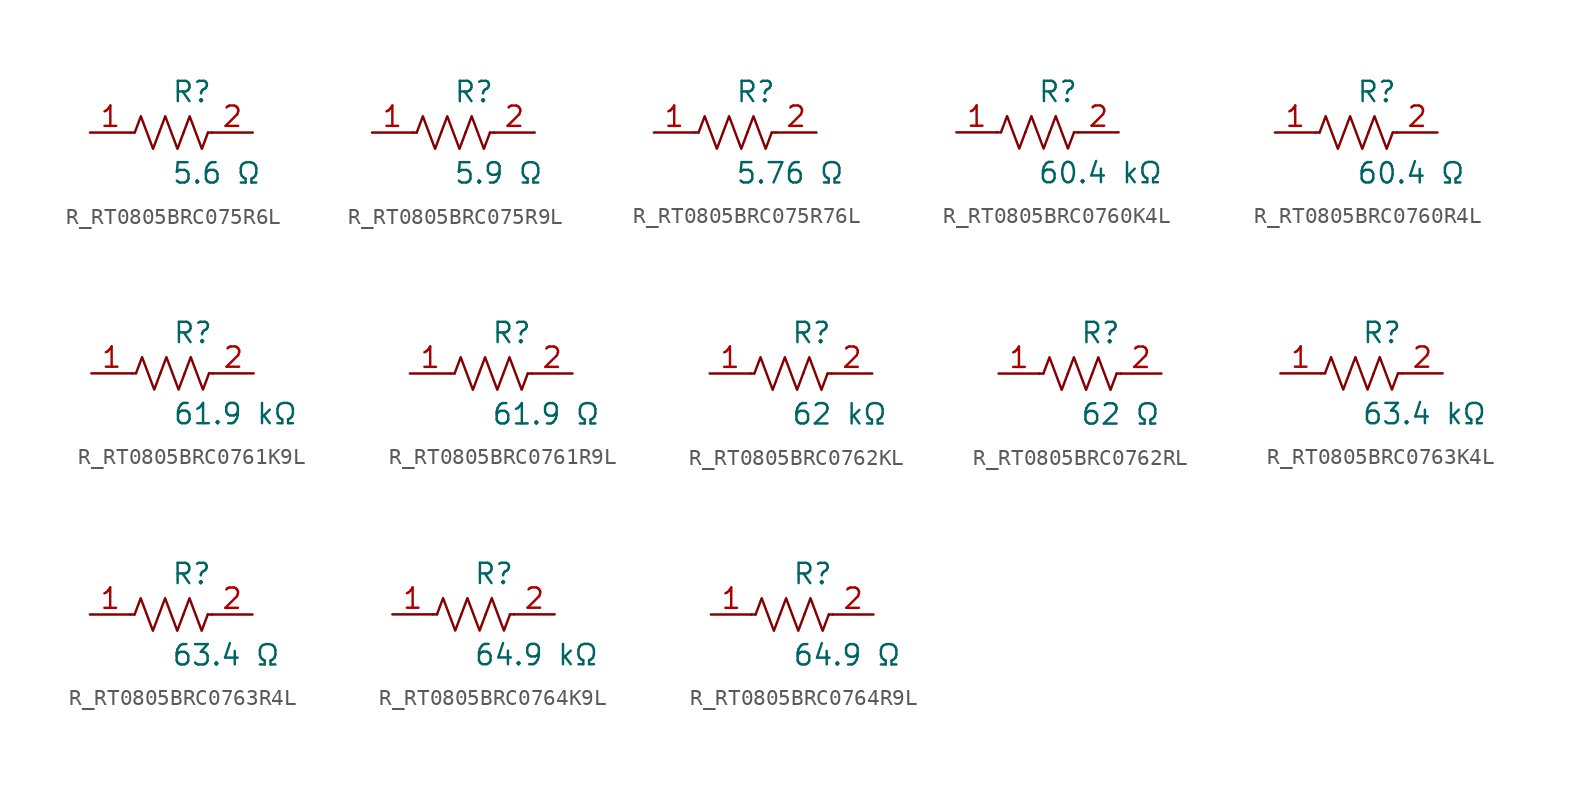
<source format=kicad_sym>
(kicad_symbol_lib
  (version 20231120)
  (generator kicad_symbol_editor)
  (generator_version 8.0)
  (symbol "R_RT0805BRC075R6L"
    (pin_names
      (offset 0.254))
    (property "Reference" "R"
      (at 0 2.54 0)
      (effects (font (size 1.27 1.27)) (justify left)))
    (property "Value" "5.6 Ω"
      (at 0 -2.54 0)
      (effects (font (size 1.27 1.27)) (justify left)))
    (symbol "R_RT0805BRC075R6L_0_1"
      (polyline (pts (xy 2.286 0) (xy 2.54 0)) (stroke (width 0) (type default)) (fill (type none)))
      (polyline (pts (xy -2.286 0) (xy -2.54 0)) (stroke (width 0) (type default)) (fill (type none)))
      (polyline (pts (xy 0.762 0) (xy 1.143 1.016) (xy 1.524 0) (xy 1.905 -1.016) (xy 2.286 0)) (stroke (width 0) (type default)) (fill (type none)))
      (polyline (pts (xy -0.762 0) (xy -0.381 1.016) (xy 0 0) (xy 0.381 -1.016) (xy 0.762 0)) (stroke (width 0) (type default)) (fill (type none)))
      (polyline (pts (xy -2.286 0) (xy -1.905 1.016) (xy -1.524 0) (xy -1.143 -1.016) (xy -0.762 0)) (stroke (width 0) (type default)) (fill (type none))))
    (pin unspecified line
      (at -5.08 0 0)
      (length 2.54)
      (name "" (effects (font (size 1.27 1.27))))
      (number "1" (effects (font (size 1.27 1.27)))))
    (pin unspecified line
      (at 5.08 0 180)
      (length 2.54)
      (name "" (effects (font (size 1.27 1.27))))
      (number "2" (effects (font (size 1.27 1.27))))))
  (symbol "R_RT0805BRC075R9L"
    (pin_names
      (offset 0.254))
    (property "Reference" "R"
      (at 0 2.54 0)
      (effects (font (size 1.27 1.27)) (justify left)))
    (property "Value" "5.9 Ω"
      (at 0 -2.54 0)
      (effects (font (size 1.27 1.27)) (justify left)))
    (symbol "R_RT0805BRC075R9L_0_1"
      (polyline (pts (xy 2.286 0) (xy 2.54 0)) (stroke (width 0) (type default)) (fill (type none)))
      (polyline (pts (xy -2.286 0) (xy -2.54 0)) (stroke (width 0) (type default)) (fill (type none)))
      (polyline (pts (xy 0.762 0) (xy 1.143 1.016) (xy 1.524 0) (xy 1.905 -1.016) (xy 2.286 0)) (stroke (width 0) (type default)) (fill (type none)))
      (polyline (pts (xy -0.762 0) (xy -0.381 1.016) (xy 0 0) (xy 0.381 -1.016) (xy 0.762 0)) (stroke (width 0) (type default)) (fill (type none)))
      (polyline (pts (xy -2.286 0) (xy -1.905 1.016) (xy -1.524 0) (xy -1.143 -1.016) (xy -0.762 0)) (stroke (width 0) (type default)) (fill (type none))))
    (pin unspecified line
      (at -5.08 0 0)
      (length 2.54)
      (name "" (effects (font (size 1.27 1.27))))
      (number "1" (effects (font (size 1.27 1.27)))))
    (pin unspecified line
      (at 5.08 0 180)
      (length 2.54)
      (name "" (effects (font (size 1.27 1.27))))
      (number "2" (effects (font (size 1.27 1.27))))))
  (symbol "R_RT0805BRC075R76L"
    (pin_names
      (offset 0.254))
    (property "Reference" "R"
      (at 0 2.54 0)
      (effects (font (size 1.27 1.27)) (justify left)))
    (property "Value" "5.76 Ω"
      (at 0 -2.54 0)
      (effects (font (size 1.27 1.27)) (justify left)))
    (symbol "R_RT0805BRC075R76L_0_1"
      (polyline (pts (xy 2.286 0) (xy 2.54 0)) (stroke (width 0) (type default)) (fill (type none)))
      (polyline (pts (xy -2.286 0) (xy -2.54 0)) (stroke (width 0) (type default)) (fill (type none)))
      (polyline (pts (xy 0.762 0) (xy 1.143 1.016) (xy 1.524 0) (xy 1.905 -1.016) (xy 2.286 0)) (stroke (width 0) (type default)) (fill (type none)))
      (polyline (pts (xy -0.762 0) (xy -0.381 1.016) (xy 0 0) (xy 0.381 -1.016) (xy 0.762 0)) (stroke (width 0) (type default)) (fill (type none)))
      (polyline (pts (xy -2.286 0) (xy -1.905 1.016) (xy -1.524 0) (xy -1.143 -1.016) (xy -0.762 0)) (stroke (width 0) (type default)) (fill (type none))))
    (pin unspecified line
      (at -5.08 0 0)
      (length 2.54)
      (name "" (effects (font (size 1.27 1.27))))
      (number "1" (effects (font (size 1.27 1.27)))))
    (pin unspecified line
      (at 5.08 0 180)
      (length 2.54)
      (name "" (effects (font (size 1.27 1.27))))
      (number "2" (effects (font (size 1.27 1.27))))))
  (symbol "R_RT0805BRC0760K4L"
    (pin_names
      (offset 0.254))
    (property "Reference" "R"
      (at 0 2.54 0)
      (effects (font (size 1.27 1.27)) (justify left)))
    (property "Value" "60.4 kΩ"
      (at 0 -2.54 0)
      (effects (font (size 1.27 1.27)) (justify left)))
    (symbol "R_RT0805BRC0760K4L_0_1"
      (polyline (pts (xy 2.286 0) (xy 2.54 0)) (stroke (width 0) (type default)) (fill (type none)))
      (polyline (pts (xy -2.286 0) (xy -2.54 0)) (stroke (width 0) (type default)) (fill (type none)))
      (polyline (pts (xy 0.762 0) (xy 1.143 1.016) (xy 1.524 0) (xy 1.905 -1.016) (xy 2.286 0)) (stroke (width 0) (type default)) (fill (type none)))
      (polyline (pts (xy -0.762 0) (xy -0.381 1.016) (xy 0 0) (xy 0.381 -1.016) (xy 0.762 0)) (stroke (width 0) (type default)) (fill (type none)))
      (polyline (pts (xy -2.286 0) (xy -1.905 1.016) (xy -1.524 0) (xy -1.143 -1.016) (xy -0.762 0)) (stroke (width 0) (type default)) (fill (type none))))
    (pin unspecified line
      (at -5.08 0 0)
      (length 2.54)
      (name "" (effects (font (size 1.27 1.27))))
      (number "1" (effects (font (size 1.27 1.27)))))
    (pin unspecified line
      (at 5.08 0 180)
      (length 2.54)
      (name "" (effects (font (size 1.27 1.27))))
      (number "2" (effects (font (size 1.27 1.27))))))
  (symbol "R_RT0805BRC0760R4L"
    (pin_names
      (offset 0.254))
    (property "Reference" "R"
      (at 0 2.54 0)
      (effects (font (size 1.27 1.27)) (justify left)))
    (property "Value" "60.4 Ω"
      (at 0 -2.54 0)
      (effects (font (size 1.27 1.27)) (justify left)))
    (symbol "R_RT0805BRC0760R4L_0_1"
      (polyline (pts (xy 2.286 0) (xy 2.54 0)) (stroke (width 0) (type default)) (fill (type none)))
      (polyline (pts (xy -2.286 0) (xy -2.54 0)) (stroke (width 0) (type default)) (fill (type none)))
      (polyline (pts (xy 0.762 0) (xy 1.143 1.016) (xy 1.524 0) (xy 1.905 -1.016) (xy 2.286 0)) (stroke (width 0) (type default)) (fill (type none)))
      (polyline (pts (xy -0.762 0) (xy -0.381 1.016) (xy 0 0) (xy 0.381 -1.016) (xy 0.762 0)) (stroke (width 0) (type default)) (fill (type none)))
      (polyline (pts (xy -2.286 0) (xy -1.905 1.016) (xy -1.524 0) (xy -1.143 -1.016) (xy -0.762 0)) (stroke (width 0) (type default)) (fill (type none))))
    (pin unspecified line
      (at -5.08 0 0)
      (length 2.54)
      (name "" (effects (font (size 1.27 1.27))))
      (number "1" (effects (font (size 1.27 1.27)))))
    (pin unspecified line
      (at 5.08 0 180)
      (length 2.54)
      (name "" (effects (font (size 1.27 1.27))))
      (number "2" (effects (font (size 1.27 1.27))))))
  (symbol "R_RT0805BRC0761K9L"
    (pin_names
      (offset 0.254))
    (property "Reference" "R"
      (at 0 2.54 0)
      (effects (font (size 1.27 1.27)) (justify left)))
    (property "Value" "61.9 kΩ"
      (at 0 -2.54 0)
      (effects (font (size 1.27 1.27)) (justify left)))
    (symbol "R_RT0805BRC0761K9L_0_1"
      (polyline (pts (xy 2.286 0) (xy 2.54 0)) (stroke (width 0) (type default)) (fill (type none)))
      (polyline (pts (xy -2.286 0) (xy -2.54 0)) (stroke (width 0) (type default)) (fill (type none)))
      (polyline (pts (xy 0.762 0) (xy 1.143 1.016) (xy 1.524 0) (xy 1.905 -1.016) (xy 2.286 0)) (stroke (width 0) (type default)) (fill (type none)))
      (polyline (pts (xy -0.762 0) (xy -0.381 1.016) (xy 0 0) (xy 0.381 -1.016) (xy 0.762 0)) (stroke (width 0) (type default)) (fill (type none)))
      (polyline (pts (xy -2.286 0) (xy -1.905 1.016) (xy -1.524 0) (xy -1.143 -1.016) (xy -0.762 0)) (stroke (width 0) (type default)) (fill (type none))))
    (pin unspecified line
      (at -5.08 0 0)
      (length 2.54)
      (name "" (effects (font (size 1.27 1.27))))
      (number "1" (effects (font (size 1.27 1.27)))))
    (pin unspecified line
      (at 5.08 0 180)
      (length 2.54)
      (name "" (effects (font (size 1.27 1.27))))
      (number "2" (effects (font (size 1.27 1.27))))))
  (symbol "R_RT0805BRC0761R9L"
    (pin_names
      (offset 0.254))
    (property "Reference" "R"
      (at 0 2.54 0)
      (effects (font (size 1.27 1.27)) (justify left)))
    (property "Value" "61.9 Ω"
      (at 0 -2.54 0)
      (effects (font (size 1.27 1.27)) (justify left)))
    (symbol "R_RT0805BRC0761R9L_0_1"
      (polyline (pts (xy 2.286 0) (xy 2.54 0)) (stroke (width 0) (type default)) (fill (type none)))
      (polyline (pts (xy -2.286 0) (xy -2.54 0)) (stroke (width 0) (type default)) (fill (type none)))
      (polyline (pts (xy 0.762 0) (xy 1.143 1.016) (xy 1.524 0) (xy 1.905 -1.016) (xy 2.286 0)) (stroke (width 0) (type default)) (fill (type none)))
      (polyline (pts (xy -0.762 0) (xy -0.381 1.016) (xy 0 0) (xy 0.381 -1.016) (xy 0.762 0)) (stroke (width 0) (type default)) (fill (type none)))
      (polyline (pts (xy -2.286 0) (xy -1.905 1.016) (xy -1.524 0) (xy -1.143 -1.016) (xy -0.762 0)) (stroke (width 0) (type default)) (fill (type none))))
    (pin unspecified line
      (at -5.08 0 0)
      (length 2.54)
      (name "" (effects (font (size 1.27 1.27))))
      (number "1" (effects (font (size 1.27 1.27)))))
    (pin unspecified line
      (at 5.08 0 180)
      (length 2.54)
      (name "" (effects (font (size 1.27 1.27))))
      (number "2" (effects (font (size 1.27 1.27))))))
  (symbol "R_RT0805BRC0762KL"
    (pin_names
      (offset 0.254))
    (property "Reference" "R"
      (at 0 2.54 0)
      (effects (font (size 1.27 1.27)) (justify left)))
    (property "Value" "62 kΩ"
      (at 0 -2.54 0)
      (effects (font (size 1.27 1.27)) (justify left)))
    (symbol "R_RT0805BRC0762KL_0_1"
      (polyline (pts (xy 2.286 0) (xy 2.54 0)) (stroke (width 0) (type default)) (fill (type none)))
      (polyline (pts (xy -2.286 0) (xy -2.54 0)) (stroke (width 0) (type default)) (fill (type none)))
      (polyline (pts (xy 0.762 0) (xy 1.143 1.016) (xy 1.524 0) (xy 1.905 -1.016) (xy 2.286 0)) (stroke (width 0) (type default)) (fill (type none)))
      (polyline (pts (xy -0.762 0) (xy -0.381 1.016) (xy 0 0) (xy 0.381 -1.016) (xy 0.762 0)) (stroke (width 0) (type default)) (fill (type none)))
      (polyline (pts (xy -2.286 0) (xy -1.905 1.016) (xy -1.524 0) (xy -1.143 -1.016) (xy -0.762 0)) (stroke (width 0) (type default)) (fill (type none))))
    (pin unspecified line
      (at -5.08 0 0)
      (length 2.54)
      (name "" (effects (font (size 1.27 1.27))))
      (number "1" (effects (font (size 1.27 1.27)))))
    (pin unspecified line
      (at 5.08 0 180)
      (length 2.54)
      (name "" (effects (font (size 1.27 1.27))))
      (number "2" (effects (font (size 1.27 1.27))))))
  (symbol "R_RT0805BRC0762RL"
    (pin_names
      (offset 0.254))
    (property "Reference" "R"
      (at 0 2.54 0)
      (effects (font (size 1.27 1.27)) (justify left)))
    (property "Value" "62 Ω"
      (at 0 -2.54 0)
      (effects (font (size 1.27 1.27)) (justify left)))
    (symbol "R_RT0805BRC0762RL_0_1"
      (polyline (pts (xy 2.286 0) (xy 2.54 0)) (stroke (width 0) (type default)) (fill (type none)))
      (polyline (pts (xy -2.286 0) (xy -2.54 0)) (stroke (width 0) (type default)) (fill (type none)))
      (polyline (pts (xy 0.762 0) (xy 1.143 1.016) (xy 1.524 0) (xy 1.905 -1.016) (xy 2.286 0)) (stroke (width 0) (type default)) (fill (type none)))
      (polyline (pts (xy -0.762 0) (xy -0.381 1.016) (xy 0 0) (xy 0.381 -1.016) (xy 0.762 0)) (stroke (width 0) (type default)) (fill (type none)))
      (polyline (pts (xy -2.286 0) (xy -1.905 1.016) (xy -1.524 0) (xy -1.143 -1.016) (xy -0.762 0)) (stroke (width 0) (type default)) (fill (type none))))
    (pin unspecified line
      (at -5.08 0 0)
      (length 2.54)
      (name "" (effects (font (size 1.27 1.27))))
      (number "1" (effects (font (size 1.27 1.27)))))
    (pin unspecified line
      (at 5.08 0 180)
      (length 2.54)
      (name "" (effects (font (size 1.27 1.27))))
      (number "2" (effects (font (size 1.27 1.27))))))
  (symbol "R_RT0805BRC0763K4L"
    (pin_names
      (offset 0.254))
    (property "Reference" "R"
      (at 0 2.54 0)
      (effects (font (size 1.27 1.27)) (justify left)))
    (property "Value" "63.4 kΩ"
      (at 0 -2.54 0)
      (effects (font (size 1.27 1.27)) (justify left)))
    (symbol "R_RT0805BRC0763K4L_0_1"
      (polyline (pts (xy 2.286 0) (xy 2.54 0)) (stroke (width 0) (type default)) (fill (type none)))
      (polyline (pts (xy -2.286 0) (xy -2.54 0)) (stroke (width 0) (type default)) (fill (type none)))
      (polyline (pts (xy 0.762 0) (xy 1.143 1.016) (xy 1.524 0) (xy 1.905 -1.016) (xy 2.286 0)) (stroke (width 0) (type default)) (fill (type none)))
      (polyline (pts (xy -0.762 0) (xy -0.381 1.016) (xy 0 0) (xy 0.381 -1.016) (xy 0.762 0)) (stroke (width 0) (type default)) (fill (type none)))
      (polyline (pts (xy -2.286 0) (xy -1.905 1.016) (xy -1.524 0) (xy -1.143 -1.016) (xy -0.762 0)) (stroke (width 0) (type default)) (fill (type none))))
    (pin unspecified line
      (at -5.08 0 0)
      (length 2.54)
      (name "" (effects (font (size 1.27 1.27))))
      (number "1" (effects (font (size 1.27 1.27)))))
    (pin unspecified line
      (at 5.08 0 180)
      (length 2.54)
      (name "" (effects (font (size 1.27 1.27))))
      (number "2" (effects (font (size 1.27 1.27))))))
  (symbol "R_RT0805BRC0763R4L"
    (pin_names
      (offset 0.254))
    (property "Reference" "R"
      (at 0 2.54 0)
      (effects (font (size 1.27 1.27)) (justify left)))
    (property "Value" "63.4 Ω"
      (at 0 -2.54 0)
      (effects (font (size 1.27 1.27)) (justify left)))
    (symbol "R_RT0805BRC0763R4L_0_1"
      (polyline (pts (xy 2.286 0) (xy 2.54 0)) (stroke (width 0) (type default)) (fill (type none)))
      (polyline (pts (xy -2.286 0) (xy -2.54 0)) (stroke (width 0) (type default)) (fill (type none)))
      (polyline (pts (xy 0.762 0) (xy 1.143 1.016) (xy 1.524 0) (xy 1.905 -1.016) (xy 2.286 0)) (stroke (width 0) (type default)) (fill (type none)))
      (polyline (pts (xy -0.762 0) (xy -0.381 1.016) (xy 0 0) (xy 0.381 -1.016) (xy 0.762 0)) (stroke (width 0) (type default)) (fill (type none)))
      (polyline (pts (xy -2.286 0) (xy -1.905 1.016) (xy -1.524 0) (xy -1.143 -1.016) (xy -0.762 0)) (stroke (width 0) (type default)) (fill (type none))))
    (pin unspecified line
      (at -5.08 0 0)
      (length 2.54)
      (name "" (effects (font (size 1.27 1.27))))
      (number "1" (effects (font (size 1.27 1.27)))))
    (pin unspecified line
      (at 5.08 0 180)
      (length 2.54)
      (name "" (effects (font (size 1.27 1.27))))
      (number "2" (effects (font (size 1.27 1.27))))))
  (symbol "R_RT0805BRC0764K9L"
    (pin_names
      (offset 0.254))
    (property "Reference" "R"
      (at 0 2.54 0)
      (effects (font (size 1.27 1.27)) (justify left)))
    (property "Value" "64.9 kΩ"
      (at 0 -2.54 0)
      (effects (font (size 1.27 1.27)) (justify left)))
    (symbol "R_RT0805BRC0764K9L_0_1"
      (polyline (pts (xy 2.286 0) (xy 2.54 0)) (stroke (width 0) (type default)) (fill (type none)))
      (polyline (pts (xy -2.286 0) (xy -2.54 0)) (stroke (width 0) (type default)) (fill (type none)))
      (polyline (pts (xy 0.762 0) (xy 1.143 1.016) (xy 1.524 0) (xy 1.905 -1.016) (xy 2.286 0)) (stroke (width 0) (type default)) (fill (type none)))
      (polyline (pts (xy -0.762 0) (xy -0.381 1.016) (xy 0 0) (xy 0.381 -1.016) (xy 0.762 0)) (stroke (width 0) (type default)) (fill (type none)))
      (polyline (pts (xy -2.286 0) (xy -1.905 1.016) (xy -1.524 0) (xy -1.143 -1.016) (xy -0.762 0)) (stroke (width 0) (type default)) (fill (type none))))
    (pin unspecified line
      (at -5.08 0 0)
      (length 2.54)
      (name "" (effects (font (size 1.27 1.27))))
      (number "1" (effects (font (size 1.27 1.27)))))
    (pin unspecified line
      (at 5.08 0 180)
      (length 2.54)
      (name "" (effects (font (size 1.27 1.27))))
      (number "2" (effects (font (size 1.27 1.27))))))
  (symbol "R_RT0805BRC0764R9L"
    (pin_names
      (offset 0.254))
    (property "Reference" "R"
      (at 0 2.54 0)
      (effects (font (size 1.27 1.27)) (justify left)))
    (property "Value" "64.9 Ω"
      (at 0 -2.54 0)
      (effects (font (size 1.27 1.27)) (justify left)))
    (symbol "R_RT0805BRC0764R9L_0_1"
      (polyline (pts (xy 2.286 0) (xy 2.54 0)) (stroke (width 0) (type default)) (fill (type none)))
      (polyline (pts (xy -2.286 0) (xy -2.54 0)) (stroke (width 0) (type default)) (fill (type none)))
      (polyline (pts (xy 0.762 0) (xy 1.143 1.016) (xy 1.524 0) (xy 1.905 -1.016) (xy 2.286 0)) (stroke (width 0) (type default)) (fill (type none)))
      (polyline (pts (xy -0.762 0) (xy -0.381 1.016) (xy 0 0) (xy 0.381 -1.016) (xy 0.762 0)) (stroke (width 0) (type default)) (fill (type none)))
      (polyline (pts (xy -2.286 0) (xy -1.905 1.016) (xy -1.524 0) (xy -1.143 -1.016) (xy -0.762 0)) (stroke (width 0) (type default)) (fill (type none))))
    (pin unspecified line
      (at -5.08 0 0)
      (length 2.54)
      (name "" (effects (font (size 1.27 1.27))))
      (number "1" (effects (font (size 1.27 1.27)))))
    (pin unspecified line
      (at 5.08 0 180)
      (length 2.54)
      (name "" (effects (font (size 1.27 1.27))))
      (number "2" (effects (font (size 1.27 1.27)))))))
</source>
